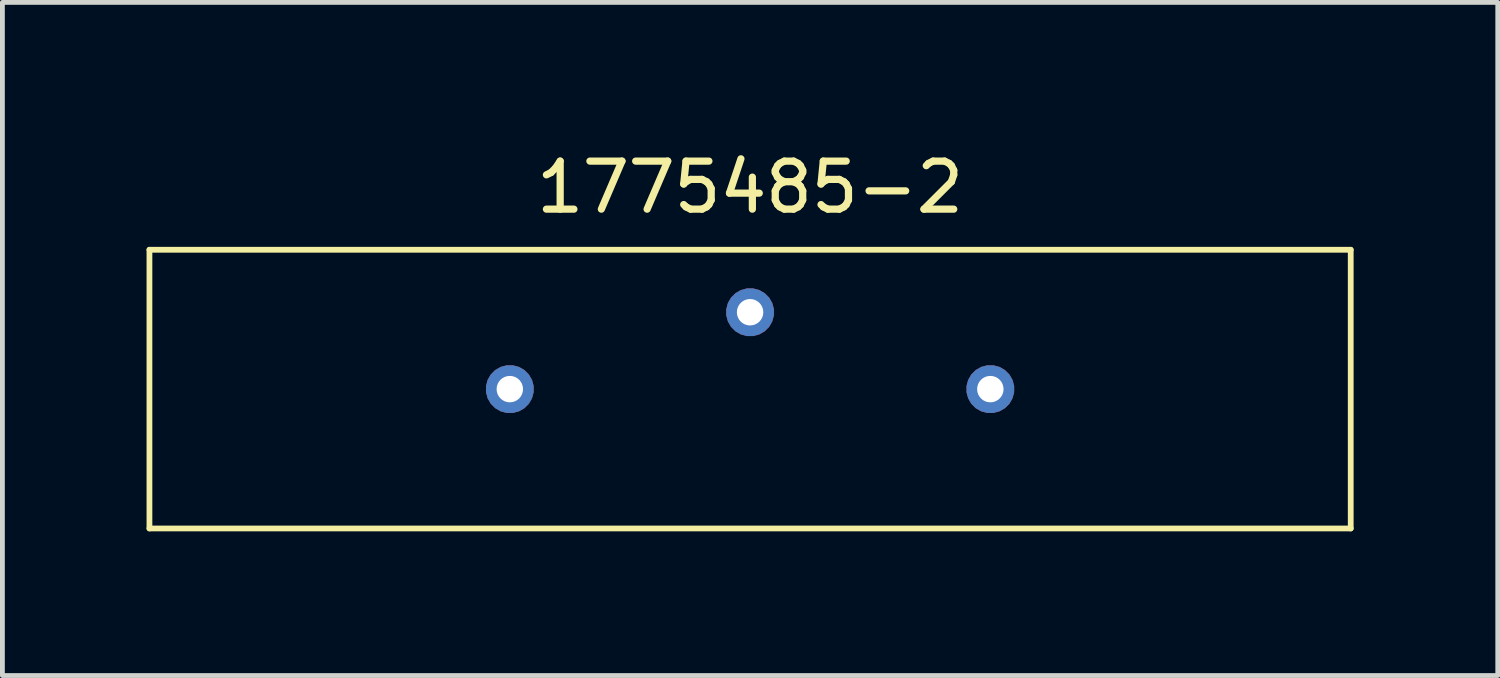
<source format=kicad_pcb>
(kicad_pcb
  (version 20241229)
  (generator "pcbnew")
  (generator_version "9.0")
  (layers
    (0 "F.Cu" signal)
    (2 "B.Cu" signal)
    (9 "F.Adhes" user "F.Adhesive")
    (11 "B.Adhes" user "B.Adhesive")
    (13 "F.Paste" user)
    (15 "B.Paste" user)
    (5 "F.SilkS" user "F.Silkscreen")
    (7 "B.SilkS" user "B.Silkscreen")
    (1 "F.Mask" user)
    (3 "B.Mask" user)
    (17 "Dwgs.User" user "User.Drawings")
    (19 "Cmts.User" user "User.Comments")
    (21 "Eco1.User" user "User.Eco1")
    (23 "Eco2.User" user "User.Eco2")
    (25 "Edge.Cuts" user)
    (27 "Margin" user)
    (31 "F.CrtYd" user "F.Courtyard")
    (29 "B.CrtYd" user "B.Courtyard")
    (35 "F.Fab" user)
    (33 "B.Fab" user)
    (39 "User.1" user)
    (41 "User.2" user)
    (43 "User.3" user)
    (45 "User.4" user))
  (footprint "1775485-2"
    (layer "F.Cu")
    (at 12.56 5.048)
    (property "Reference" "1775485-2" (at 0 -4.2 0) (layer "F.SilkS") (effects (font (size 1 1) (thickness 0.15))))
    (attr through_hole)
    (fp_line (start -12.5 -2.9) (end 12.5 -2.9) (stroke (width 0.12) (type solid)) (layer "F.SilkS"))
    (fp_line (start -12.5 2.9) (end -12.5 -2.9) (stroke (width 0.12) (type solid)) (layer "F.SilkS"))
    (fp_line (start -12.5 2.9) (end 12.5 2.9) (stroke (width 0.12) (type solid)) (layer "F.SilkS"))
    (fp_line (start 12.5 -2.9) (end 12.5 2.9) (stroke (width 0.12) (type solid)) (layer "F.SilkS"))
    (pad "1" thru_hole custom (at -5 0) (size 1 1) (drill 0.55) (layers "*.Cu" "*.Mask") (options (anchor circle)) (primitives))
    (pad "2" thru_hole custom (at 5 0) (size 1 1) (drill 0.55) (layers "*.Cu" "*.Mask") (options (anchor circle)) (primitives))
    (pad "3" thru_hole custom (at 0 -1.6) (size 1 1) (drill 0.55) (layers "*.Cu" "*.Mask") (options (anchor circle)) (primitives)))
  (gr_rect
    (start -3 -3)
    (end 28.12 11.008)
    (stroke (width 0.1) (type default))
    (fill no)
    (layer "Edge.Cuts")))
</source>
